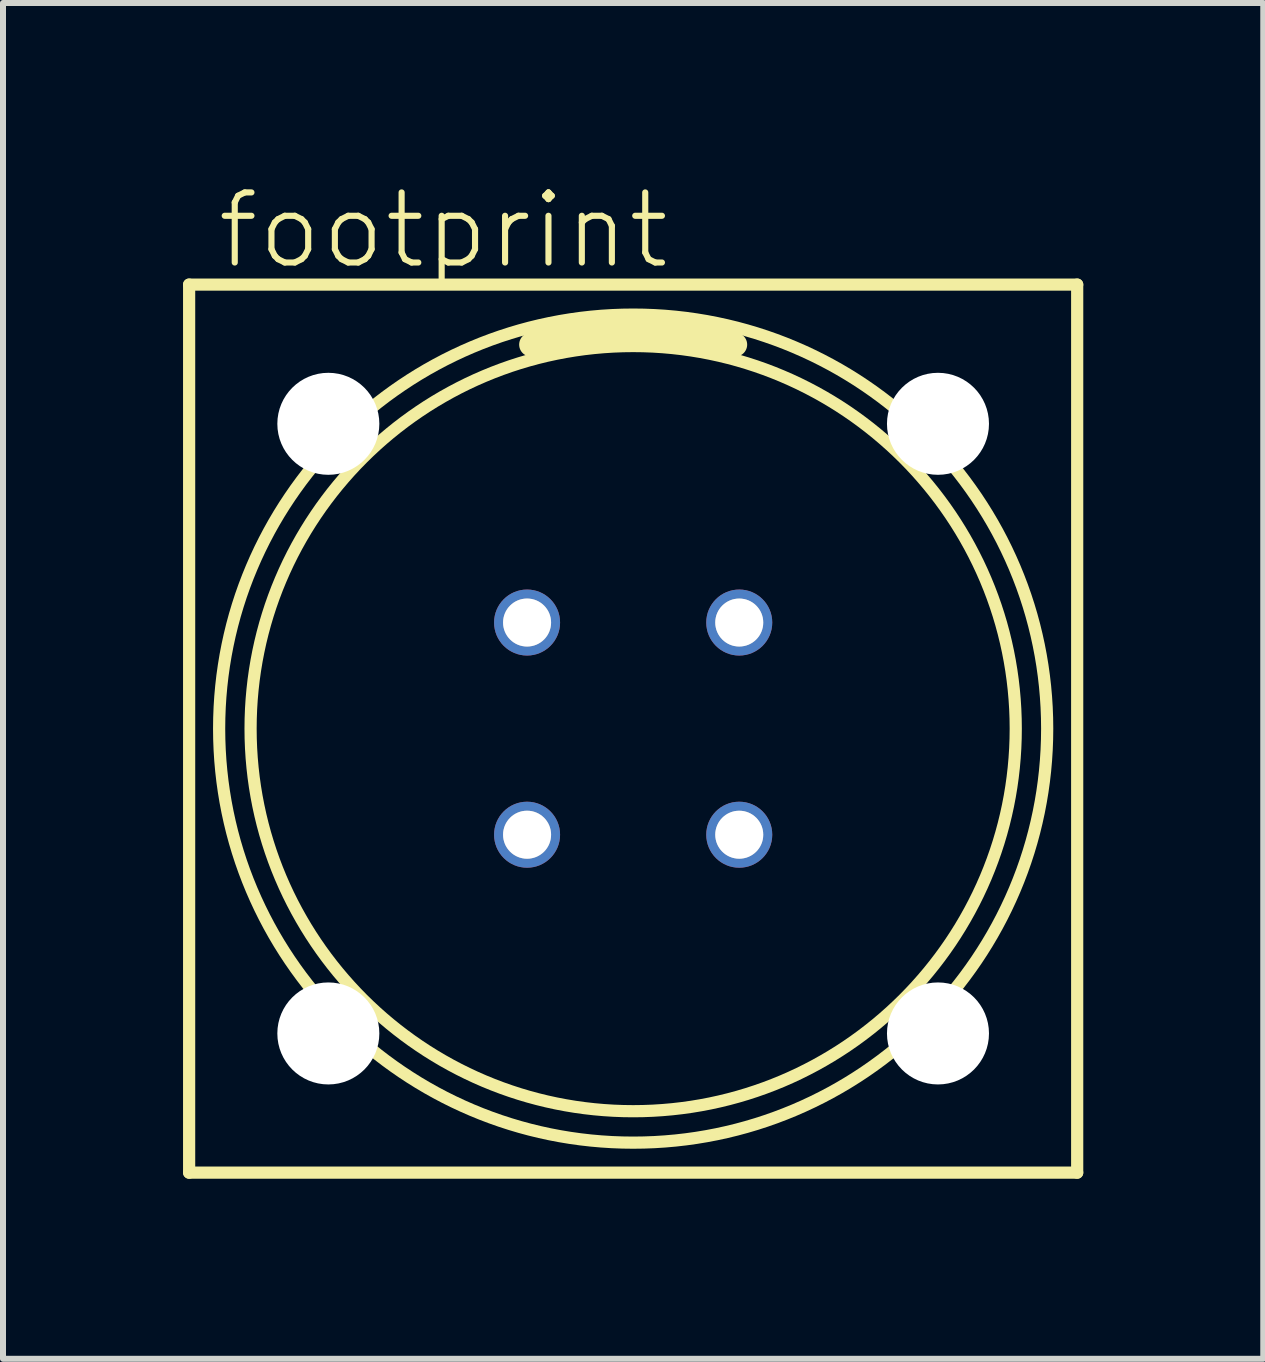
<source format=kicad_pcb>
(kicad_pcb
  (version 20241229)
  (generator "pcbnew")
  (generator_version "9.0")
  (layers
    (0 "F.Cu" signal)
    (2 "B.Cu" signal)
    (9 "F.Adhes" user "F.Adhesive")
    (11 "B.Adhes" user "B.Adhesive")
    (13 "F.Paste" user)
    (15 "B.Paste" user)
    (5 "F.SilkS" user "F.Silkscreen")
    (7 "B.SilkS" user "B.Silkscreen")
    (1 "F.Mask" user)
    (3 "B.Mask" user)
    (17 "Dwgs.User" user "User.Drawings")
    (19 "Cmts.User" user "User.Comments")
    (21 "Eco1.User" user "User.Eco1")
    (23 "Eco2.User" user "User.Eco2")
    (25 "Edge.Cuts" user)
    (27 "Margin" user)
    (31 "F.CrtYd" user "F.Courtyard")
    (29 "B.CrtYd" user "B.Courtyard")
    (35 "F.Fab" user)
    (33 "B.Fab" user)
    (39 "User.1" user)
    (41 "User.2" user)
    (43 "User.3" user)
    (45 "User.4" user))
  (footprint "footprint"
    (layer "F.Cu")
    (at 7.502 9.093)
    (property "Reference" "footprint" (at -6.985 -7.62 0) (layer "F.SilkS") (effects (font (size 1.168 1.168) (thickness 0.102)) (justify left bottom)))
    (fp_line (start -7.4 -7.4) (end 7.4 -7.4) (stroke (width 0.203) (type solid)) (layer "F.SilkS"))
    (fp_line (start -7.4 7.4) (end -7.4 -7.4) (stroke (width 0.203) (type solid)) (layer "F.SilkS"))
    (fp_line (start 7.4 -7.4) (end 7.4 7.4) (stroke (width 0.203) (type solid)) (layer "F.SilkS"))
    (fp_line (start 7.4 7.4) (end -7.4 7.4) (stroke (width 0.203) (type solid)) (layer "F.SilkS"))
    (fp_arc (start -1.7 -6.4) (mid 0 -6.650475) (end 1.700001 -6.4) (stroke (width 0.4) (type solid)) (layer "F.SilkS"))
    (fp_circle (center 0 0) (end 6.376 0) (stroke (width 0.203) (type solid)) (fill no) (layer "F.SilkS"))
    (fp_circle (center 0 0) (end 6.9 0) (stroke (width 0.203) (type solid)) (fill no) (layer "F.SilkS"))
    (fp_circle (center -1.768 -1.768) (end -1.469 -1.768) (stroke (width 0.203) (type solid)) (fill no) (layer "F.Fab"))
    (fp_circle (center -1.768 1.768) (end -1.469 1.768) (stroke (width 0.203) (type solid)) (fill no) (layer "F.Fab"))
    (fp_circle (center 1.768 -1.768) (end 2.066 -1.768) (stroke (width 0.203) (type solid)) (fill no) (layer "F.Fab"))
    (fp_circle (center 1.768 1.768) (end 2.066 1.768) (stroke (width 0.203) (type solid)) (fill no) (layer "F.Fab"))
    (pad "" np_thru_hole circle (at -5.08 -5.08) (size 1.7 1.7) (drill 1.7) (layers "*.Cu" "*.Mask"))
    (pad "" np_thru_hole circle (at -5.08 5.08) (size 1.7 1.7) (drill 1.7) (layers "*.Cu" "*.Mask"))
    (pad "" np_thru_hole circle (at 5.08 -5.08) (size 1.7 1.7) (drill 1.7) (layers "*.Cu" "*.Mask"))
    (pad "" np_thru_hole circle (at 5.08 5.08) (size 1.7 1.7) (drill 1.7) (layers "*.Cu" "*.Mask"))
    (pad "1" thru_hole circle (at 1.768 -1.768) (size 1.1 1.1) (drill 0.8) (layers "*.Cu" "*.Mask"))
    (pad "2" thru_hole circle (at -1.768 -1.768) (size 1.1 1.1) (drill 0.8) (layers "*.Cu" "*.Mask"))
    (pad "3" thru_hole circle (at -1.768 1.768) (size 1.1 1.1) (drill 0.8) (layers "*.Cu" "*.Mask"))
    (pad "4" thru_hole circle (at 1.768 1.768) (size 1.1 1.1) (drill 0.8) (layers "*.Cu" "*.Mask")))
  (gr_rect
    (start -3 -3)
    (end 18.003 19.595)
    (stroke (width 0.1) (type default))
    (fill no)
    (layer "Edge.Cuts")))
</source>
